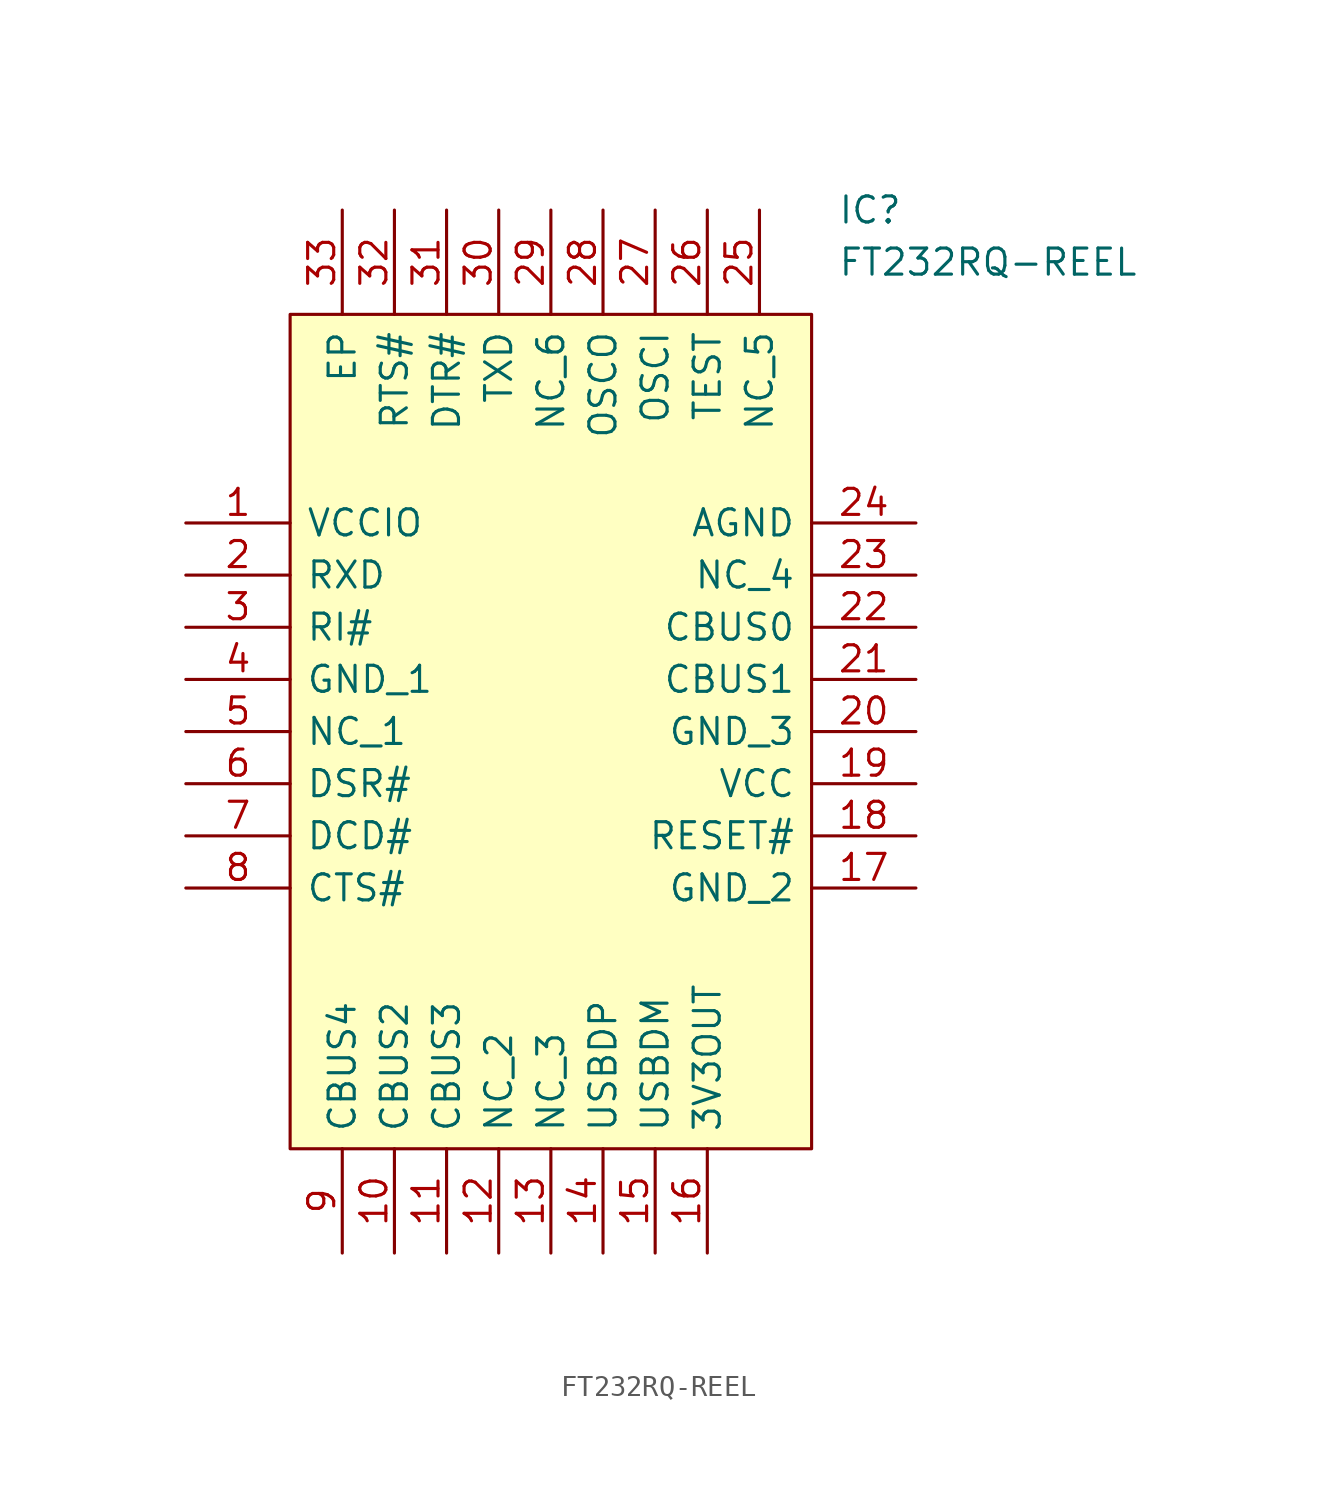
<source format=kicad_sym>
(kicad_symbol_lib
  (version 20211014)
  (generator kicad_symbol_editor)
  (symbol "FT232RQ-REEL"
    (pin_names
      (offset 0.762))
    (property "Reference" "IC"
      (at 31.75 15.24 0)
      (effects (font (size 1.27 1.27)) (justify left)))
    (property "Value" "FT232RQ-REEL"
      (at 31.75 12.7 0)
      (effects (font (size 1.27 1.27)) (justify left)))
    (symbol "FT232RQ-REEL_0_0"
      (pin passive line (at 0 0 0) (length 5.08) (name "VCCIO" (effects (font (size 1.27 1.27)))) (number "1" (effects (font (size 1.27 1.27)))))
      (pin passive line (at 10.16 -35.56 90) (length 5.08) (name "CBUS2" (effects (font (size 1.27 1.27)))) (number "10" (effects (font (size 1.27 1.27)))))
      (pin passive line (at 12.7 -35.56 90) (length 5.08) (name "CBUS3" (effects (font (size 1.27 1.27)))) (number "11" (effects (font (size 1.27 1.27)))))
      (pin passive line (at 15.24 -35.56 90) (length 5.08) (name "NC_2" (effects (font (size 1.27 1.27)))) (number "12" (effects (font (size 1.27 1.27)))))
      (pin passive line (at 17.78 -35.56 90) (length 5.08) (name "NC_3" (effects (font (size 1.27 1.27)))) (number "13" (effects (font (size 1.27 1.27)))))
      (pin passive line (at 20.32 -35.56 90) (length 5.08) (name "USBDP" (effects (font (size 1.27 1.27)))) (number "14" (effects (font (size 1.27 1.27)))))
      (pin passive line (at 22.86 -35.56 90) (length 5.08) (name "USBDM" (effects (font (size 1.27 1.27)))) (number "15" (effects (font (size 1.27 1.27)))))
      (pin passive line (at 25.4 -35.56 90) (length 5.08) (name "3V3OUT" (effects (font (size 1.27 1.27)))) (number "16" (effects (font (size 1.27 1.27)))))
      (pin passive line (at 35.56 -17.78 180) (length 5.08) (name "GND_2" (effects (font (size 1.27 1.27)))) (number "17" (effects (font (size 1.27 1.27)))))
      (pin passive line (at 35.56 -15.24 180) (length 5.08) (name "RESET#" (effects (font (size 1.27 1.27)))) (number "18" (effects (font (size 1.27 1.27)))))
      (pin passive line (at 35.56 -12.7 180) (length 5.08) (name "VCC" (effects (font (size 1.27 1.27)))) (number "19" (effects (font (size 1.27 1.27)))))
      (pin passive line (at 0 -2.54 0) (length 5.08) (name "RXD" (effects (font (size 1.27 1.27)))) (number "2" (effects (font (size 1.27 1.27)))))
      (pin passive line (at 35.56 -10.16 180) (length 5.08) (name "GND_3" (effects (font (size 1.27 1.27)))) (number "20" (effects (font (size 1.27 1.27)))))
      (pin passive line (at 35.56 -7.62 180) (length 5.08) (name "CBUS1" (effects (font (size 1.27 1.27)))) (number "21" (effects (font (size 1.27 1.27)))))
      (pin passive line (at 35.56 -5.08 180) (length 5.08) (name "CBUS0" (effects (font (size 1.27 1.27)))) (number "22" (effects (font (size 1.27 1.27)))))
      (pin passive line (at 35.56 -2.54 180) (length 5.08) (name "NC_4" (effects (font (size 1.27 1.27)))) (number "23" (effects (font (size 1.27 1.27)))))
      (pin passive line (at 35.56 0 180) (length 5.08) (name "AGND" (effects (font (size 1.27 1.27)))) (number "24" (effects (font (size 1.27 1.27)))))
      (pin passive line (at 27.94 15.24 270) (length 5.08) (name "NC_5" (effects (font (size 1.27 1.27)))) (number "25" (effects (font (size 1.27 1.27)))))
      (pin passive line (at 25.4 15.24 270) (length 5.08) (name "TEST" (effects (font (size 1.27 1.27)))) (number "26" (effects (font (size 1.27 1.27)))))
      (pin passive line (at 22.86 15.24 270) (length 5.08) (name "OSCI" (effects (font (size 1.27 1.27)))) (number "27" (effects (font (size 1.27 1.27)))))
      (pin passive line (at 20.32 15.24 270) (length 5.08) (name "OSCO" (effects (font (size 1.27 1.27)))) (number "28" (effects (font (size 1.27 1.27)))))
      (pin passive line (at 17.78 15.24 270) (length 5.08) (name "NC_6" (effects (font (size 1.27 1.27)))) (number "29" (effects (font (size 1.27 1.27)))))
      (pin passive line (at 0 -5.08 0) (length 5.08) (name "RI#" (effects (font (size 1.27 1.27)))) (number "3" (effects (font (size 1.27 1.27)))))
      (pin passive line (at 15.24 15.24 270) (length 5.08) (name "TXD" (effects (font (size 1.27 1.27)))) (number "30" (effects (font (size 1.27 1.27)))))
      (pin passive line (at 12.7 15.24 270) (length 5.08) (name "DTR#" (effects (font (size 1.27 1.27)))) (number "31" (effects (font (size 1.27 1.27)))))
      (pin passive line (at 10.16 15.24 270) (length 5.08) (name "RTS#" (effects (font (size 1.27 1.27)))) (number "32" (effects (font (size 1.27 1.27)))))
      (pin passive line (at 7.62 15.24 270) (length 5.08) (name "EP" (effects (font (size 1.27 1.27)))) (number "33" (effects (font (size 1.27 1.27)))))
      (pin passive line (at 0 -7.62 0) (length 5.08) (name "GND_1" (effects (font (size 1.27 1.27)))) (number "4" (effects (font (size 1.27 1.27)))))
      (pin passive line (at 0 -10.16 0) (length 5.08) (name "NC_1" (effects (font (size 1.27 1.27)))) (number "5" (effects (font (size 1.27 1.27)))))
      (pin passive line (at 0 -12.7 0) (length 5.08) (name "DSR#" (effects (font (size 1.27 1.27)))) (number "6" (effects (font (size 1.27 1.27)))))
      (pin passive line (at 0 -15.24 0) (length 5.08) (name "DCD#" (effects (font (size 1.27 1.27)))) (number "7" (effects (font (size 1.27 1.27)))))
      (pin passive line (at 0 -17.78 0) (length 5.08) (name "CTS#" (effects (font (size 1.27 1.27)))) (number "8" (effects (font (size 1.27 1.27)))))
      (pin passive line (at 7.62 -35.56 90) (length 5.08) (name "CBUS4" (effects (font (size 1.27 1.27)))) (number "9" (effects (font (size 1.27 1.27))))))
    (symbol "FT232RQ-REEL_0_1"
      (polyline (pts (xy 5.08 10.16) (xy 30.48 10.16) (xy 30.48 -30.48) (xy 5.08 -30.48) (xy 5.08 10.16)) (stroke (width 0.152) (type default) (color 0 0 0 0)) (fill (type background))))))
</source>
